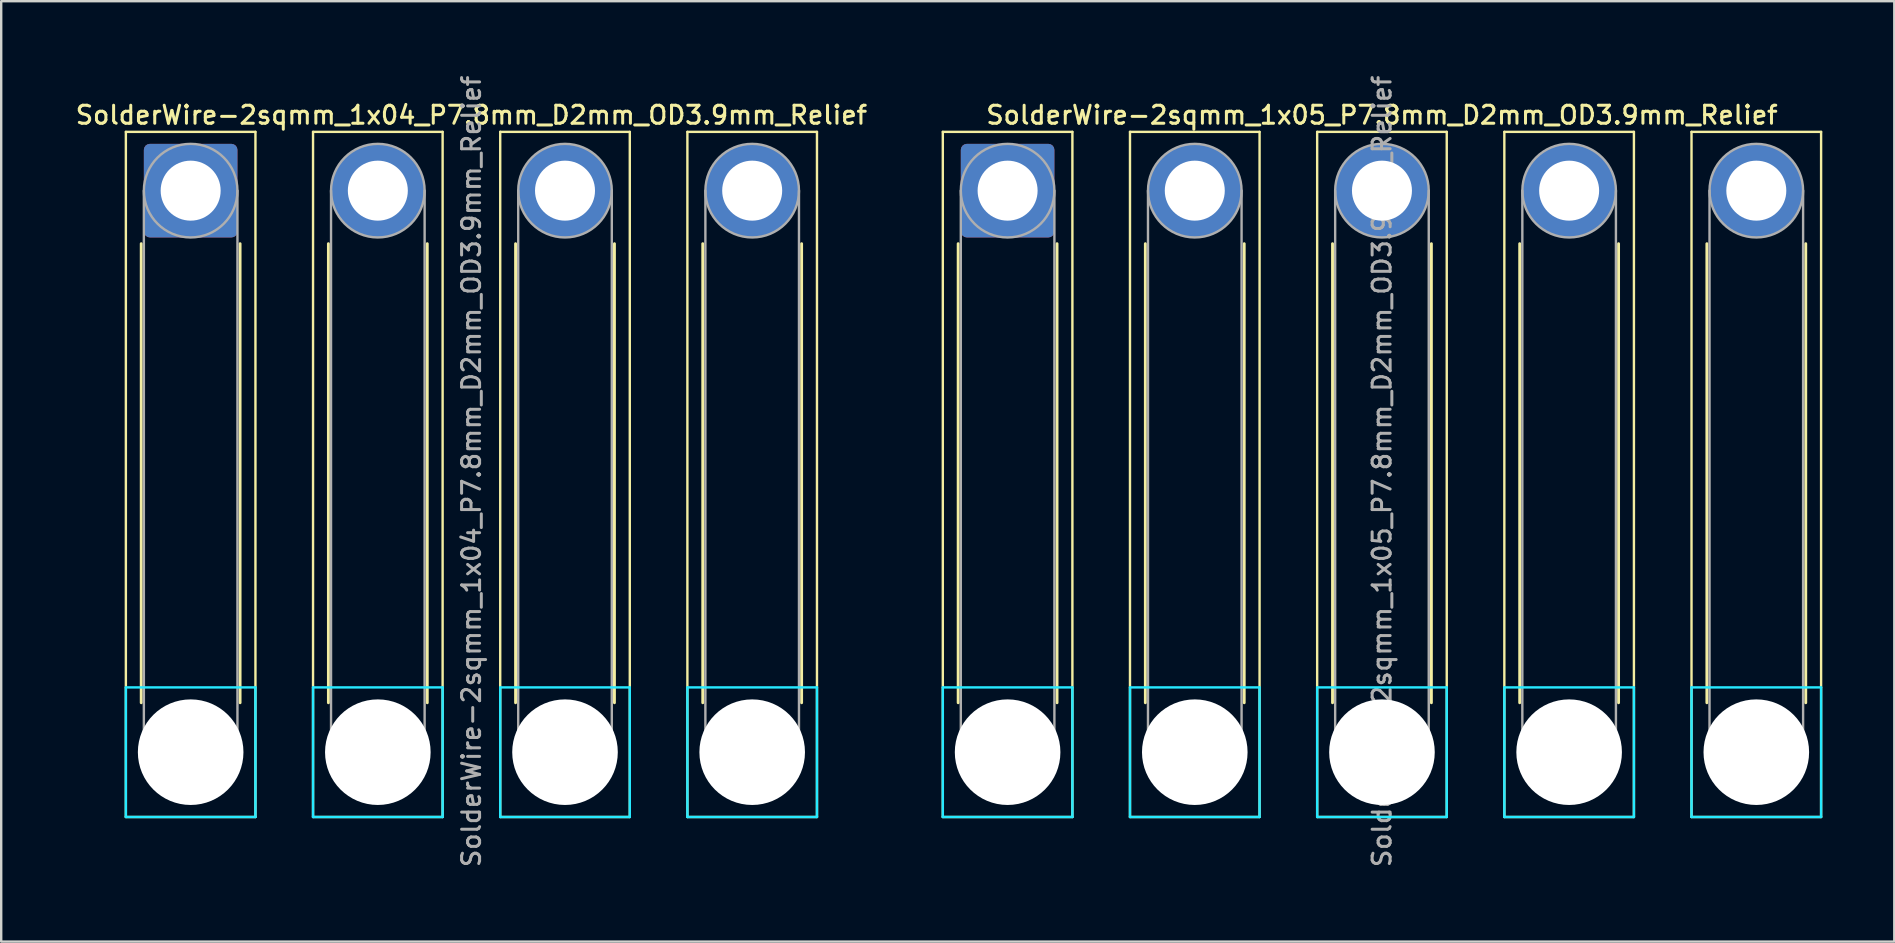
<source format=kicad_pcb>
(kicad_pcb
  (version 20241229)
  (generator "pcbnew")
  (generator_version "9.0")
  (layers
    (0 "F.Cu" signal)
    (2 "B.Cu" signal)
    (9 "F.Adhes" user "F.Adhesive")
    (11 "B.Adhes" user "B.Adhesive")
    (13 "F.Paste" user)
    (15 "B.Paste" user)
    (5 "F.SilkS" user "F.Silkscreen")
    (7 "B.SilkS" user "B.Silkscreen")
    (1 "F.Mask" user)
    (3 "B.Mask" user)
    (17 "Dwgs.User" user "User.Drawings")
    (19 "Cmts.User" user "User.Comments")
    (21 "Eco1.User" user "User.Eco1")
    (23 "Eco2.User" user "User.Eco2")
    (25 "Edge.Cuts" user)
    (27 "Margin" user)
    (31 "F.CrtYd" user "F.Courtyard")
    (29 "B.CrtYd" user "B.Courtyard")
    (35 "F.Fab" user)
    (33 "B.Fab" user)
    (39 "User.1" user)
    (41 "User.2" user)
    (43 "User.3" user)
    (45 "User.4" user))
  (footprint "SolderWire-2sqmm_1x05_P7.8mm_D2mm_OD3.9mm_Relief"
    (layer "F.Cu")
    (at 38.939 4.895)
    (property "Reference" "SolderWire-2sqmm_1x05_P7.8mm_D2mm_OD3.9mm_Relief" (at 15.6 -3.15 0) (layer "F.SilkS") (effects (font (size 0.75 0.75) (thickness 0.125))))
    (attr exclude_from_pos_files exclude_from_bom)
    (fp_line (start -2.7 -2.45) (end -2.7 26.1) (stroke (width 0.1) (type solid)) (layer "F.SilkS"))
    (fp_line (start -2.7 26.1) (end 2.7 26.1) (stroke (width 0.1) (type solid)) (layer "F.SilkS"))
    (fp_line (start -2.06 2.21) (end -2.06 21.34) (stroke (width 0.12) (type solid)) (layer "F.SilkS"))
    (fp_line (start 2.06 2.21) (end 2.06 21.34) (stroke (width 0.12) (type solid)) (layer "F.SilkS"))
    (fp_line (start 2.7 -2.45) (end -2.7 -2.45) (stroke (width 0.1) (type solid)) (layer "F.SilkS"))
    (fp_line (start 2.7 26.1) (end 2.7 -2.45) (stroke (width 0.1) (type solid)) (layer "F.SilkS"))
    (fp_line (start 5.1 -2.45) (end 5.1 26.1) (stroke (width 0.1) (type solid)) (layer "F.SilkS"))
    (fp_line (start 5.1 26.1) (end 10.5 26.1) (stroke (width 0.1) (type solid)) (layer "F.SilkS"))
    (fp_line (start 5.74 2.21) (end 5.74 21.34) (stroke (width 0.12) (type solid)) (layer "F.SilkS"))
    (fp_line (start 9.86 2.21) (end 9.86 21.34) (stroke (width 0.12) (type solid)) (layer "F.SilkS"))
    (fp_line (start 10.5 -2.45) (end 5.1 -2.45) (stroke (width 0.1) (type solid)) (layer "F.SilkS"))
    (fp_line (start 10.5 26.1) (end 10.5 -2.45) (stroke (width 0.1) (type solid)) (layer "F.SilkS"))
    (fp_line (start 12.9 -2.45) (end 12.9 26.1) (stroke (width 0.1) (type solid)) (layer "F.SilkS"))
    (fp_line (start 12.9 26.1) (end 18.3 26.1) (stroke (width 0.1) (type solid)) (layer "F.SilkS"))
    (fp_line (start 13.54 2.21) (end 13.54 21.34) (stroke (width 0.12) (type solid)) (layer "F.SilkS"))
    (fp_line (start 17.66 2.21) (end 17.66 21.34) (stroke (width 0.12) (type solid)) (layer "F.SilkS"))
    (fp_line (start 18.3 -2.45) (end 12.9 -2.45) (stroke (width 0.1) (type solid)) (layer "F.SilkS"))
    (fp_line (start 18.3 26.1) (end 18.3 -2.45) (stroke (width 0.1) (type solid)) (layer "F.SilkS"))
    (fp_line (start 20.7 -2.45) (end 20.7 26.1) (stroke (width 0.1) (type solid)) (layer "F.SilkS"))
    (fp_line (start 20.7 26.1) (end 26.1 26.1) (stroke (width 0.1) (type solid)) (layer "F.SilkS"))
    (fp_line (start 21.34 2.21) (end 21.34 21.34) (stroke (width 0.12) (type solid)) (layer "F.SilkS"))
    (fp_line (start 25.46 2.21) (end 25.46 21.34) (stroke (width 0.12) (type solid)) (layer "F.SilkS"))
    (fp_line (start 26.1 -2.45) (end 20.7 -2.45) (stroke (width 0.1) (type solid)) (layer "F.SilkS"))
    (fp_line (start 26.1 26.1) (end 26.1 -2.45) (stroke (width 0.1) (type solid)) (layer "F.SilkS"))
    (fp_line (start 28.5 -2.45) (end 28.5 26.1) (stroke (width 0.1) (type solid)) (layer "F.SilkS"))
    (fp_line (start 28.5 26.1) (end 33.9 26.1) (stroke (width 0.1) (type solid)) (layer "F.SilkS"))
    (fp_line (start 29.14 2.21) (end 29.14 21.34) (stroke (width 0.12) (type solid)) (layer "F.SilkS"))
    (fp_line (start 33.26 2.21) (end 33.26 21.34) (stroke (width 0.12) (type solid)) (layer "F.SilkS"))
    (fp_line (start 33.9 -2.45) (end 28.5 -2.45) (stroke (width 0.1) (type solid)) (layer "F.SilkS"))
    (fp_line (start 33.9 26.1) (end 33.9 -2.45) (stroke (width 0.1) (type solid)) (layer "F.SilkS"))
    (fp_line (start -2.7 20.7) (end -2.7 26.1) (stroke (width 0.1) (type solid)) (layer "B.CrtYd"))
    (fp_line (start -2.7 26.1) (end 2.7 26.1) (stroke (width 0.1) (type solid)) (layer "B.CrtYd"))
    (fp_line (start 2.7 20.7) (end -2.7 20.7) (stroke (width 0.1) (type solid)) (layer "B.CrtYd"))
    (fp_line (start 2.7 26.1) (end 2.7 20.7) (stroke (width 0.1) (type solid)) (layer "B.CrtYd"))
    (fp_line (start 5.1 20.7) (end 5.1 26.1) (stroke (width 0.1) (type solid)) (layer "B.CrtYd"))
    (fp_line (start 5.1 26.1) (end 10.5 26.1) (stroke (width 0.1) (type solid)) (layer "B.CrtYd"))
    (fp_line (start 10.5 20.7) (end 5.1 20.7) (stroke (width 0.1) (type solid)) (layer "B.CrtYd"))
    (fp_line (start 10.5 26.1) (end 10.5 20.7) (stroke (width 0.1) (type solid)) (layer "B.CrtYd"))
    (fp_line (start 12.9 20.7) (end 12.9 26.1) (stroke (width 0.1) (type solid)) (layer "B.CrtYd"))
    (fp_line (start 12.9 26.1) (end 18.3 26.1) (stroke (width 0.1) (type solid)) (layer "B.CrtYd"))
    (fp_line (start 18.3 20.7) (end 12.9 20.7) (stroke (width 0.1) (type solid)) (layer "B.CrtYd"))
    (fp_line (start 18.3 26.1) (end 18.3 20.7) (stroke (width 0.1) (type solid)) (layer "B.CrtYd"))
    (fp_line (start 20.7 20.7) (end 20.7 26.1) (stroke (width 0.1) (type solid)) (layer "B.CrtYd"))
    (fp_line (start 20.7 26.1) (end 26.1 26.1) (stroke (width 0.1) (type solid)) (layer "B.CrtYd"))
    (fp_line (start 26.1 20.7) (end 20.7 20.7) (stroke (width 0.1) (type solid)) (layer "B.CrtYd"))
    (fp_line (start 26.1 26.1) (end 26.1 20.7) (stroke (width 0.1) (type solid)) (layer "B.CrtYd"))
    (fp_line (start 28.5 20.7) (end 28.5 26.1) (stroke (width 0.1) (type solid)) (layer "B.CrtYd"))
    (fp_line (start 28.5 26.1) (end 33.9 26.1) (stroke (width 0.1) (type solid)) (layer "B.CrtYd"))
    (fp_line (start 33.9 20.7) (end 28.5 20.7) (stroke (width 0.1) (type solid)) (layer "B.CrtYd"))
    (fp_line (start 33.9 26.1) (end 33.9 20.7) (stroke (width 0.1) (type solid)) (layer "B.CrtYd"))
    (fp_line (start -1.95 0) (end -1.95 23.4) (stroke (width 0.1) (type solid)) (layer "F.Fab"))
    (fp_line (start 1.95 0) (end 1.95 23.4) (stroke (width 0.1) (type solid)) (layer "F.Fab"))
    (fp_line (start 5.85 0) (end 5.85 23.4) (stroke (width 0.1) (type solid)) (layer "F.Fab"))
    (fp_line (start 9.75 0) (end 9.75 23.4) (stroke (width 0.1) (type solid)) (layer "F.Fab"))
    (fp_line (start 13.65 0) (end 13.65 23.4) (stroke (width 0.1) (type solid)) (layer "F.Fab"))
    (fp_line (start 17.55 0) (end 17.55 23.4) (stroke (width 0.1) (type solid)) (layer "F.Fab"))
    (fp_line (start 21.45 0) (end 21.45 23.4) (stroke (width 0.1) (type solid)) (layer "F.Fab"))
    (fp_line (start 25.35 0) (end 25.35 23.4) (stroke (width 0.1) (type solid)) (layer "F.Fab"))
    (fp_line (start 29.25 0) (end 29.25 23.4) (stroke (width 0.1) (type solid)) (layer "F.Fab"))
    (fp_line (start 33.15 0) (end 33.15 23.4) (stroke (width 0.1) (type solid)) (layer "F.Fab"))
    (fp_circle (center 0 0) (end 1.95 0) (stroke (width 0.1) (type solid)) (fill no) (layer "F.Fab"))
    (fp_circle (center 0 23.4) (end 1.95 23.4) (stroke (width 0.1) (type solid)) (fill no) (layer "F.Fab"))
    (fp_circle (center 7.8 0) (end 9.75 0) (stroke (width 0.1) (type solid)) (fill no) (layer "F.Fab"))
    (fp_circle (center 7.8 23.4) (end 9.75 23.4) (stroke (width 0.1) (type solid)) (fill no) (layer "F.Fab"))
    (fp_circle (center 15.6 0) (end 17.55 0) (stroke (width 0.1) (type solid)) (fill no) (layer "F.Fab"))
    (fp_circle (center 15.6 23.4) (end 17.55 23.4) (stroke (width 0.1) (type solid)) (fill no) (layer "F.Fab"))
    (fp_circle (center 23.4 0) (end 25.35 0) (stroke (width 0.1) (type solid)) (fill no) (layer "F.Fab"))
    (fp_circle (center 23.4 23.4) (end 25.35 23.4) (stroke (width 0.1) (type solid)) (fill no) (layer "F.Fab"))
    (fp_circle (center 31.2 0) (end 33.15 0) (stroke (width 0.1) (type solid)) (fill no) (layer "F.Fab"))
    (fp_circle (center 31.2 23.4) (end 33.15 23.4) (stroke (width 0.1) (type solid)) (fill no) (layer "F.Fab"))
    (fp_text user "${REFERENCE}" (at 15.6 11.7 90) (layer "F.Fab") (effects (font (size 0.75 0.75) (thickness 0.125))))
    (pad "" np_thru_hole circle (at 0 23.4) (size 4.4 4.4) (drill 4.4) (layers "*.Cu" "*.Mask"))
    (pad "" np_thru_hole circle (at 7.8 23.4) (size 4.4 4.4) (drill 4.4) (layers "*.Cu" "*.Mask"))
    (pad "" np_thru_hole circle (at 15.6 23.4) (size 4.4 4.4) (drill 4.4) (layers "*.Cu" "*.Mask"))
    (pad "" np_thru_hole circle (at 23.4 23.4) (size 4.4 4.4) (drill 4.4) (layers "*.Cu" "*.Mask"))
    (pad "" np_thru_hole circle (at 31.2 23.4) (size 4.4 4.4) (drill 4.4) (layers "*.Cu" "*.Mask"))
    (pad "1" thru_hole roundrect (at 0 0) (size 3.9 3.9) (drill 2.5) (layers "*.Cu" "*.Mask") (roundrect_rratio 0.064))
    (pad "2" thru_hole circle (at 7.8 0) (size 3.9 3.9) (drill 2.5) (layers "*.Cu" "*.Mask"))
    (pad "3" thru_hole circle (at 15.6 0) (size 3.9 3.9) (drill 2.5) (layers "*.Cu" "*.Mask"))
    (pad "4" thru_hole circle (at 23.4 0) (size 3.9 3.9) (drill 2.5) (layers "*.Cu" "*.Mask"))
    (pad "5" thru_hole circle (at 31.2 0) (size 3.9 3.9) (drill 2.5) (layers "*.Cu" "*.Mask")))
  (footprint "SolderWire-2sqmm_1x04_P7.8mm_D2mm_OD3.9mm_Relief"
    (layer "F.Cu")
    (at 4.895 4.895)
    (property "Reference" "SolderWire-2sqmm_1x04_P7.8mm_D2mm_OD3.9mm_Relief" (at 11.7 -3.15 0) (layer "F.SilkS") (effects (font (size 0.75 0.75) (thickness 0.125))))
    (attr exclude_from_pos_files exclude_from_bom)
    (fp_line (start -2.7 -2.45) (end -2.7 26.1) (stroke (width 0.1) (type solid)) (layer "F.SilkS"))
    (fp_line (start -2.7 26.1) (end 2.7 26.1) (stroke (width 0.1) (type solid)) (layer "F.SilkS"))
    (fp_line (start -2.06 2.21) (end -2.06 21.34) (stroke (width 0.12) (type solid)) (layer "F.SilkS"))
    (fp_line (start 2.06 2.21) (end 2.06 21.34) (stroke (width 0.12) (type solid)) (layer "F.SilkS"))
    (fp_line (start 2.7 -2.45) (end -2.7 -2.45) (stroke (width 0.1) (type solid)) (layer "F.SilkS"))
    (fp_line (start 2.7 26.1) (end 2.7 -2.45) (stroke (width 0.1) (type solid)) (layer "F.SilkS"))
    (fp_line (start 5.1 -2.45) (end 5.1 26.1) (stroke (width 0.1) (type solid)) (layer "F.SilkS"))
    (fp_line (start 5.1 26.1) (end 10.5 26.1) (stroke (width 0.1) (type solid)) (layer "F.SilkS"))
    (fp_line (start 5.74 2.21) (end 5.74 21.34) (stroke (width 0.12) (type solid)) (layer "F.SilkS"))
    (fp_line (start 9.86 2.21) (end 9.86 21.34) (stroke (width 0.12) (type solid)) (layer "F.SilkS"))
    (fp_line (start 10.5 -2.45) (end 5.1 -2.45) (stroke (width 0.1) (type solid)) (layer "F.SilkS"))
    (fp_line (start 10.5 26.1) (end 10.5 -2.45) (stroke (width 0.1) (type solid)) (layer "F.SilkS"))
    (fp_line (start 12.9 -2.45) (end 12.9 26.1) (stroke (width 0.1) (type solid)) (layer "F.SilkS"))
    (fp_line (start 12.9 26.1) (end 18.3 26.1) (stroke (width 0.1) (type solid)) (layer "F.SilkS"))
    (fp_line (start 13.54 2.21) (end 13.54 21.34) (stroke (width 0.12) (type solid)) (layer "F.SilkS"))
    (fp_line (start 17.66 2.21) (end 17.66 21.34) (stroke (width 0.12) (type solid)) (layer "F.SilkS"))
    (fp_line (start 18.3 -2.45) (end 12.9 -2.45) (stroke (width 0.1) (type solid)) (layer "F.SilkS"))
    (fp_line (start 18.3 26.1) (end 18.3 -2.45) (stroke (width 0.1) (type solid)) (layer "F.SilkS"))
    (fp_line (start 20.7 -2.45) (end 20.7 26.1) (stroke (width 0.1) (type solid)) (layer "F.SilkS"))
    (fp_line (start 20.7 26.1) (end 26.1 26.1) (stroke (width 0.1) (type solid)) (layer "F.SilkS"))
    (fp_line (start 21.34 2.21) (end 21.34 21.34) (stroke (width 0.12) (type solid)) (layer "F.SilkS"))
    (fp_line (start 25.46 2.21) (end 25.46 21.34) (stroke (width 0.12) (type solid)) (layer "F.SilkS"))
    (fp_line (start 26.1 -2.45) (end 20.7 -2.45) (stroke (width 0.1) (type solid)) (layer "F.SilkS"))
    (fp_line (start 26.1 26.1) (end 26.1 -2.45) (stroke (width 0.1) (type solid)) (layer "F.SilkS"))
    (fp_line (start -2.7 20.7) (end -2.7 26.1) (stroke (width 0.1) (type solid)) (layer "B.CrtYd"))
    (fp_line (start -2.7 26.1) (end 2.7 26.1) (stroke (width 0.1) (type solid)) (layer "B.CrtYd"))
    (fp_line (start 2.7 20.7) (end -2.7 20.7) (stroke (width 0.1) (type solid)) (layer "B.CrtYd"))
    (fp_line (start 2.7 26.1) (end 2.7 20.7) (stroke (width 0.1) (type solid)) (layer "B.CrtYd"))
    (fp_line (start 5.1 20.7) (end 5.1 26.1) (stroke (width 0.1) (type solid)) (layer "B.CrtYd"))
    (fp_line (start 5.1 26.1) (end 10.5 26.1) (stroke (width 0.1) (type solid)) (layer "B.CrtYd"))
    (fp_line (start 10.5 20.7) (end 5.1 20.7) (stroke (width 0.1) (type solid)) (layer "B.CrtYd"))
    (fp_line (start 10.5 26.1) (end 10.5 20.7) (stroke (width 0.1) (type solid)) (layer "B.CrtYd"))
    (fp_line (start 12.9 20.7) (end 12.9 26.1) (stroke (width 0.1) (type solid)) (layer "B.CrtYd"))
    (fp_line (start 12.9 26.1) (end 18.3 26.1) (stroke (width 0.1) (type solid)) (layer "B.CrtYd"))
    (fp_line (start 18.3 20.7) (end 12.9 20.7) (stroke (width 0.1) (type solid)) (layer "B.CrtYd"))
    (fp_line (start 18.3 26.1) (end 18.3 20.7) (stroke (width 0.1) (type solid)) (layer "B.CrtYd"))
    (fp_line (start 20.7 20.7) (end 20.7 26.1) (stroke (width 0.1) (type solid)) (layer "B.CrtYd"))
    (fp_line (start 20.7 26.1) (end 26.1 26.1) (stroke (width 0.1) (type solid)) (layer "B.CrtYd"))
    (fp_line (start 26.1 20.7) (end 20.7 20.7) (stroke (width 0.1) (type solid)) (layer "B.CrtYd"))
    (fp_line (start 26.1 26.1) (end 26.1 20.7) (stroke (width 0.1) (type solid)) (layer "B.CrtYd"))
    (fp_line (start -1.95 0) (end -1.95 23.4) (stroke (width 0.1) (type solid)) (layer "F.Fab"))
    (fp_line (start 1.95 0) (end 1.95 23.4) (stroke (width 0.1) (type solid)) (layer "F.Fab"))
    (fp_line (start 5.85 0) (end 5.85 23.4) (stroke (width 0.1) (type solid)) (layer "F.Fab"))
    (fp_line (start 9.75 0) (end 9.75 23.4) (stroke (width 0.1) (type solid)) (layer "F.Fab"))
    (fp_line (start 13.65 0) (end 13.65 23.4) (stroke (width 0.1) (type solid)) (layer "F.Fab"))
    (fp_line (start 17.55 0) (end 17.55 23.4) (stroke (width 0.1) (type solid)) (layer "F.Fab"))
    (fp_line (start 21.45 0) (end 21.45 23.4) (stroke (width 0.1) (type solid)) (layer "F.Fab"))
    (fp_line (start 25.35 0) (end 25.35 23.4) (stroke (width 0.1) (type solid)) (layer "F.Fab"))
    (fp_circle (center 0 0) (end 1.95 0) (stroke (width 0.1) (type solid)) (fill no) (layer "F.Fab"))
    (fp_circle (center 0 23.4) (end 1.95 23.4) (stroke (width 0.1) (type solid)) (fill no) (layer "F.Fab"))
    (fp_circle (center 7.8 0) (end 9.75 0) (stroke (width 0.1) (type solid)) (fill no) (layer "F.Fab"))
    (fp_circle (center 7.8 23.4) (end 9.75 23.4) (stroke (width 0.1) (type solid)) (fill no) (layer "F.Fab"))
    (fp_circle (center 15.6 0) (end 17.55 0) (stroke (width 0.1) (type solid)) (fill no) (layer "F.Fab"))
    (fp_circle (center 15.6 23.4) (end 17.55 23.4) (stroke (width 0.1) (type solid)) (fill no) (layer "F.Fab"))
    (fp_circle (center 23.4 0) (end 25.35 0) (stroke (width 0.1) (type solid)) (fill no) (layer "F.Fab"))
    (fp_circle (center 23.4 23.4) (end 25.35 23.4) (stroke (width 0.1) (type solid)) (fill no) (layer "F.Fab"))
    (fp_text user "${REFERENCE}" (at 11.7 11.7 90) (layer "F.Fab") (effects (font (size 0.75 0.75) (thickness 0.125))))
    (pad "" np_thru_hole circle (at 0 23.4) (size 4.4 4.4) (drill 4.4) (layers "*.Cu" "*.Mask"))
    (pad "" np_thru_hole circle (at 7.8 23.4) (size 4.4 4.4) (drill 4.4) (layers "*.Cu" "*.Mask"))
    (pad "" np_thru_hole circle (at 15.6 23.4) (size 4.4 4.4) (drill 4.4) (layers "*.Cu" "*.Mask"))
    (pad "" np_thru_hole circle (at 23.4 23.4) (size 4.4 4.4) (drill 4.4) (layers "*.Cu" "*.Mask"))
    (pad "1" thru_hole roundrect (at 0 0) (size 3.9 3.9) (drill 2.5) (layers "*.Cu" "*.Mask") (roundrect_rratio 0.064))
    (pad "2" thru_hole circle (at 7.8 0) (size 3.9 3.9) (drill 2.5) (layers "*.Cu" "*.Mask"))
    (pad "3" thru_hole circle (at 15.6 0) (size 3.9 3.9) (drill 2.5) (layers "*.Cu" "*.Mask"))
    (pad "4" thru_hole circle (at 23.4 0) (size 3.9 3.9) (drill 2.5) (layers "*.Cu" "*.Mask")))
  (gr_rect
    (start -3 -3)
    (end 75.889 36.189)
    (stroke (width 0.1) (type default))
    (fill no)
    (layer "Edge.Cuts")))
</source>
